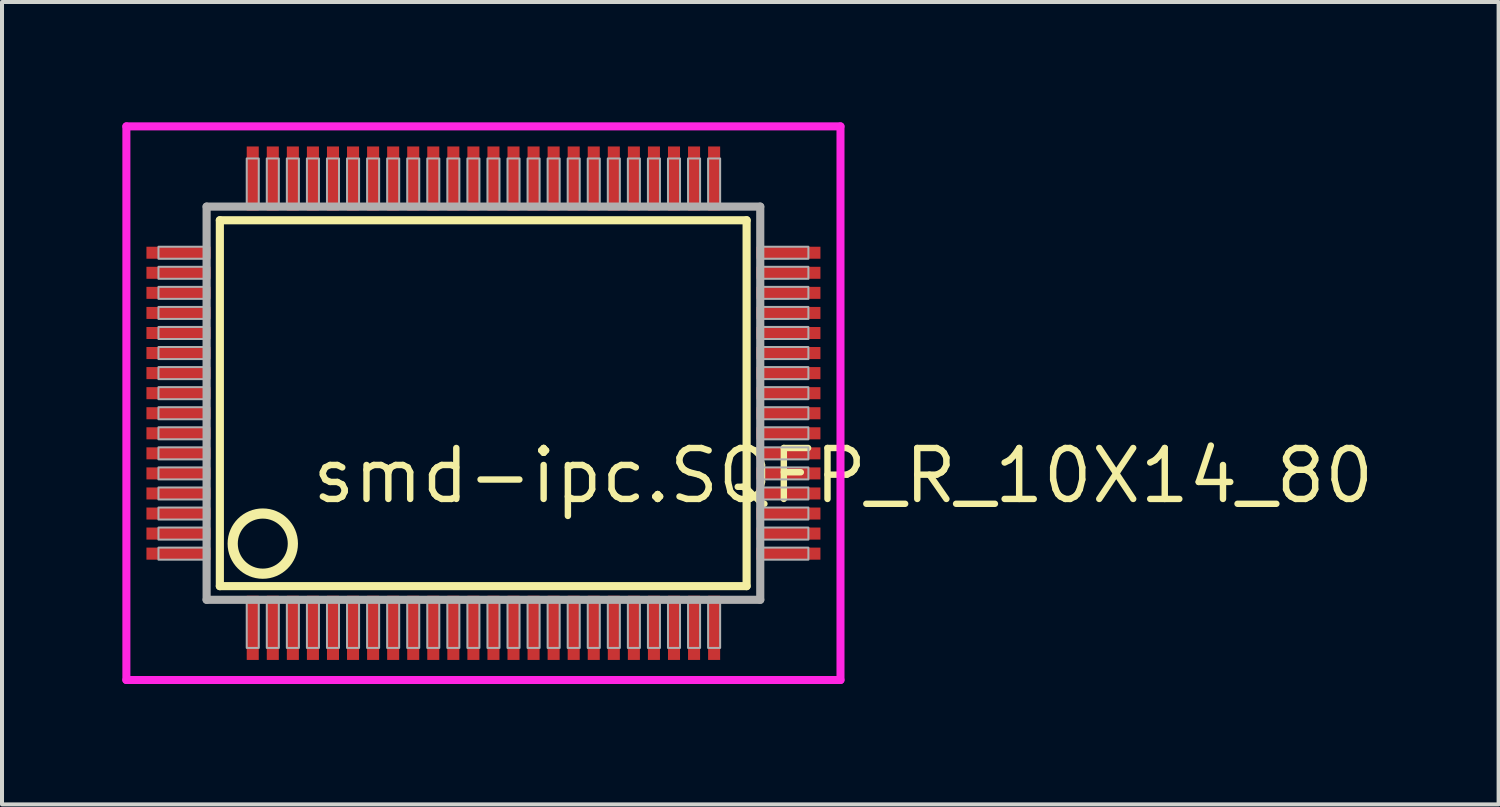
<source format=kicad_pcb>
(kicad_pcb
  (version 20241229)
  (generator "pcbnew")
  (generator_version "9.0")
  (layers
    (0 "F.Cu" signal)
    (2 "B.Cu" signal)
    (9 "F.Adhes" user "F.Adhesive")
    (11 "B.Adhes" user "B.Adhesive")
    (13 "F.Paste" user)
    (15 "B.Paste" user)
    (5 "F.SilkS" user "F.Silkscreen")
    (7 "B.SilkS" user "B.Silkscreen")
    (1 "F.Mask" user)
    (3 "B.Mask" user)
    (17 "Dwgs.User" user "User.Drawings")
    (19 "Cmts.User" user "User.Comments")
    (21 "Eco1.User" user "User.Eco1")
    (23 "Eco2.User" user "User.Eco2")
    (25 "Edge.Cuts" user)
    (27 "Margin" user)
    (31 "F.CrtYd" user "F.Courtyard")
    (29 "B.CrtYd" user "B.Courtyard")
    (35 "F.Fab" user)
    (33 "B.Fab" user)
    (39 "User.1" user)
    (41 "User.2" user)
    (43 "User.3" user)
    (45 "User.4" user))
  (footprint "smd-ipc.SQFP_R_10X14_80"
    (layer "F.Cu")
    (at 9 7)
    (property "Reference" "smd-ipc.SQFP_R_10X14_80" (at -4.35 2.55 0) (layer "F.SilkS") (effects (font (size 1.27 1.27) (thickness 0.16)) (justify left bottom)))
    (attr smd)
    (fp_line (start -6.57 -4.56) (end 6.56 -4.56) (stroke (width 0.203) (type default)) (layer "F.SilkS"))
    (fp_line (start -6.57 4.56) (end -6.57 -4.56) (stroke (width 0.203) (type default)) (layer "F.SilkS"))
    (fp_line (start 6.56 -4.56) (end 6.56 4.56) (stroke (width 0.203) (type default)) (layer "F.SilkS"))
    (fp_line (start 6.56 4.56) (end -6.57 4.56) (stroke (width 0.203) (type default)) (layer "F.SilkS"))
    (fp_circle (center -5.5 3.5) (end -4.75 3.5) (stroke (width 0.254) (type default)) (fill no) (layer "F.SilkS"))
    (fp_line (start -8.9 -6.9) (end 8.9 -6.9) (stroke (width 0.2) (type default)) (layer "F.CrtYd"))
    (fp_line (start -8.9 6.9) (end -8.9 -6.9) (stroke (width 0.2) (type default)) (layer "F.CrtYd"))
    (fp_line (start 8.9 -6.9) (end 8.9 6.9) (stroke (width 0.2) (type default)) (layer "F.CrtYd"))
    (fp_line (start 8.9 6.9) (end -8.9 6.9) (stroke (width 0.2) (type default)) (layer "F.CrtYd"))
    (fp_line (start -6.9 -4.9) (end -6.9 4.9) (stroke (width 0.203) (type default)) (layer "F.Fab"))
    (fp_line (start -6.9 4.9) (end 6.9 4.9) (stroke (width 0.203) (type default)) (layer "F.Fab"))
    (fp_line (start 6.9 -4.9) (end -6.9 -4.9) (stroke (width 0.203) (type default)) (layer "F.Fab"))
    (fp_line (start 6.9 4.9) (end 6.9 -4.9) (stroke (width 0.203) (type default)) (layer "F.Fab"))
    (fp_rect (start -8.1 -3.6) (end -6.95 -3.9) (stroke (width 0.05) (type default)) (fill no) (layer "F.Fab"))
    (fp_rect (start -8.1 -3.1) (end -6.95 -3.4) (stroke (width 0.05) (type default)) (fill no) (layer "F.Fab"))
    (fp_rect (start -8.1 -2.6) (end -6.95 -2.9) (stroke (width 0.05) (type default)) (fill no) (layer "F.Fab"))
    (fp_rect (start -8.1 -2.1) (end -6.95 -2.4) (stroke (width 0.05) (type default)) (fill no) (layer "F.Fab"))
    (fp_rect (start -8.1 -1.6) (end -6.95 -1.9) (stroke (width 0.05) (type default)) (fill no) (layer "F.Fab"))
    (fp_rect (start -8.1 -1.1) (end -6.95 -1.4) (stroke (width 0.05) (type default)) (fill no) (layer "F.Fab"))
    (fp_rect (start -8.1 -0.6) (end -6.95 -0.9) (stroke (width 0.05) (type default)) (fill no) (layer "F.Fab"))
    (fp_rect (start -8.1 -0.1) (end -6.95 -0.4) (stroke (width 0.05) (type default)) (fill no) (layer "F.Fab"))
    (fp_rect (start -8.1 0.4) (end -6.95 0.1) (stroke (width 0.05) (type default)) (fill no) (layer "F.Fab"))
    (fp_rect (start -8.1 0.9) (end -6.95 0.6) (stroke (width 0.05) (type default)) (fill no) (layer "F.Fab"))
    (fp_rect (start -8.1 1.4) (end -6.95 1.1) (stroke (width 0.05) (type default)) (fill no) (layer "F.Fab"))
    (fp_rect (start -8.1 1.9) (end -6.95 1.6) (stroke (width 0.05) (type default)) (fill no) (layer "F.Fab"))
    (fp_rect (start -8.1 2.4) (end -6.95 2.1) (stroke (width 0.05) (type default)) (fill no) (layer "F.Fab"))
    (fp_rect (start -8.1 2.9) (end -6.95 2.6) (stroke (width 0.05) (type default)) (fill no) (layer "F.Fab"))
    (fp_rect (start -8.1 3.4) (end -6.95 3.1) (stroke (width 0.05) (type default)) (fill no) (layer "F.Fab"))
    (fp_rect (start -8.1 3.9) (end -6.95 3.6) (stroke (width 0.05) (type default)) (fill no) (layer "F.Fab"))
    (fp_rect (start -5.9 -4.95) (end -5.6 -6.1) (stroke (width 0.05) (type default)) (fill no) (layer "F.Fab"))
    (fp_rect (start -5.9 6.1) (end -5.6 4.95) (stroke (width 0.05) (type default)) (fill no) (layer "F.Fab"))
    (fp_rect (start -5.4 -4.95) (end -5.1 -6.1) (stroke (width 0.05) (type default)) (fill no) (layer "F.Fab"))
    (fp_rect (start -5.4 6.1) (end -5.1 4.95) (stroke (width 0.05) (type default)) (fill no) (layer "F.Fab"))
    (fp_rect (start -4.9 -4.95) (end -4.6 -6.1) (stroke (width 0.05) (type default)) (fill no) (layer "F.Fab"))
    (fp_rect (start -4.9 6.1) (end -4.6 4.95) (stroke (width 0.05) (type default)) (fill no) (layer "F.Fab"))
    (fp_rect (start -4.4 -4.95) (end -4.1 -6.1) (stroke (width 0.05) (type default)) (fill no) (layer "F.Fab"))
    (fp_rect (start -4.4 6.1) (end -4.1 4.95) (stroke (width 0.05) (type default)) (fill no) (layer "F.Fab"))
    (fp_rect (start -3.9 -4.95) (end -3.6 -6.1) (stroke (width 0.05) (type default)) (fill no) (layer "F.Fab"))
    (fp_rect (start -3.9 6.1) (end -3.6 4.95) (stroke (width 0.05) (type default)) (fill no) (layer "F.Fab"))
    (fp_rect (start -3.4 -4.95) (end -3.1 -6.1) (stroke (width 0.05) (type default)) (fill no) (layer "F.Fab"))
    (fp_rect (start -3.4 6.1) (end -3.1 4.95) (stroke (width 0.05) (type default)) (fill no) (layer "F.Fab"))
    (fp_rect (start -2.9 -4.95) (end -2.6 -6.1) (stroke (width 0.05) (type default)) (fill no) (layer "F.Fab"))
    (fp_rect (start -2.9 6.1) (end -2.6 4.95) (stroke (width 0.05) (type default)) (fill no) (layer "F.Fab"))
    (fp_rect (start -2.4 -4.95) (end -2.1 -6.1) (stroke (width 0.05) (type default)) (fill no) (layer "F.Fab"))
    (fp_rect (start -2.4 6.1) (end -2.1 4.95) (stroke (width 0.05) (type default)) (fill no) (layer "F.Fab"))
    (fp_rect (start -1.9 -4.95) (end -1.6 -6.1) (stroke (width 0.05) (type default)) (fill no) (layer "F.Fab"))
    (fp_rect (start -1.9 6.1) (end -1.6 4.95) (stroke (width 0.05) (type default)) (fill no) (layer "F.Fab"))
    (fp_rect (start -1.4 -4.95) (end -1.1 -6.1) (stroke (width 0.05) (type default)) (fill no) (layer "F.Fab"))
    (fp_rect (start -1.4 6.1) (end -1.1 4.95) (stroke (width 0.05) (type default)) (fill no) (layer "F.Fab"))
    (fp_rect (start -0.9 -4.95) (end -0.6 -6.1) (stroke (width 0.05) (type default)) (fill no) (layer "F.Fab"))
    (fp_rect (start -0.9 6.1) (end -0.6 4.95) (stroke (width 0.05) (type default)) (fill no) (layer "F.Fab"))
    (fp_rect (start -0.4 -4.95) (end -0.1 -6.1) (stroke (width 0.05) (type default)) (fill no) (layer "F.Fab"))
    (fp_rect (start -0.4 6.1) (end -0.1 4.95) (stroke (width 0.05) (type default)) (fill no) (layer "F.Fab"))
    (fp_rect (start 0.1 -4.95) (end 0.4 -6.1) (stroke (width 0.05) (type default)) (fill no) (layer "F.Fab"))
    (fp_rect (start 0.1 6.1) (end 0.4 4.95) (stroke (width 0.05) (type default)) (fill no) (layer "F.Fab"))
    (fp_rect (start 0.6 -4.95) (end 0.9 -6.1) (stroke (width 0.05) (type default)) (fill no) (layer "F.Fab"))
    (fp_rect (start 0.6 6.1) (end 0.9 4.95) (stroke (width 0.05) (type default)) (fill no) (layer "F.Fab"))
    (fp_rect (start 1.1 -4.95) (end 1.4 -6.1) (stroke (width 0.05) (type default)) (fill no) (layer "F.Fab"))
    (fp_rect (start 1.1 6.1) (end 1.4 4.95) (stroke (width 0.05) (type default)) (fill no) (layer "F.Fab"))
    (fp_rect (start 1.6 -4.95) (end 1.9 -6.1) (stroke (width 0.05) (type default)) (fill no) (layer "F.Fab"))
    (fp_rect (start 1.6 6.1) (end 1.9 4.95) (stroke (width 0.05) (type default)) (fill no) (layer "F.Fab"))
    (fp_rect (start 2.1 -4.95) (end 2.4 -6.1) (stroke (width 0.05) (type default)) (fill no) (layer "F.Fab"))
    (fp_rect (start 2.1 6.1) (end 2.4 4.95) (stroke (width 0.05) (type default)) (fill no) (layer "F.Fab"))
    (fp_rect (start 2.6 -4.95) (end 2.9 -6.1) (stroke (width 0.05) (type default)) (fill no) (layer "F.Fab"))
    (fp_rect (start 2.6 6.1) (end 2.9 4.95) (stroke (width 0.05) (type default)) (fill no) (layer "F.Fab"))
    (fp_rect (start 3.1 -4.95) (end 3.4 -6.1) (stroke (width 0.05) (type default)) (fill no) (layer "F.Fab"))
    (fp_rect (start 3.1 6.1) (end 3.4 4.95) (stroke (width 0.05) (type default)) (fill no) (layer "F.Fab"))
    (fp_rect (start 3.6 -4.95) (end 3.9 -6.1) (stroke (width 0.05) (type default)) (fill no) (layer "F.Fab"))
    (fp_rect (start 3.6 6.1) (end 3.9 4.95) (stroke (width 0.05) (type default)) (fill no) (layer "F.Fab"))
    (fp_rect (start 4.1 -4.95) (end 4.4 -6.1) (stroke (width 0.05) (type default)) (fill no) (layer "F.Fab"))
    (fp_rect (start 4.1 6.1) (end 4.4 4.95) (stroke (width 0.05) (type default)) (fill no) (layer "F.Fab"))
    (fp_rect (start 4.6 -4.95) (end 4.9 -6.1) (stroke (width 0.05) (type default)) (fill no) (layer "F.Fab"))
    (fp_rect (start 4.6 6.1) (end 4.9 4.95) (stroke (width 0.05) (type default)) (fill no) (layer "F.Fab"))
    (fp_rect (start 5.1 -4.95) (end 5.4 -6.1) (stroke (width 0.05) (type default)) (fill no) (layer "F.Fab"))
    (fp_rect (start 5.1 6.1) (end 5.4 4.95) (stroke (width 0.05) (type default)) (fill no) (layer "F.Fab"))
    (fp_rect (start 5.6 -4.95) (end 5.9 -6.1) (stroke (width 0.05) (type default)) (fill no) (layer "F.Fab"))
    (fp_rect (start 5.6 6.1) (end 5.9 4.95) (stroke (width 0.05) (type default)) (fill no) (layer "F.Fab"))
    (fp_rect (start 6.95 -3.6) (end 8.1 -3.9) (stroke (width 0.05) (type default)) (fill no) (layer "F.Fab"))
    (fp_rect (start 6.95 -3.1) (end 8.1 -3.4) (stroke (width 0.05) (type default)) (fill no) (layer "F.Fab"))
    (fp_rect (start 6.95 -2.6) (end 8.1 -2.9) (stroke (width 0.05) (type default)) (fill no) (layer "F.Fab"))
    (fp_rect (start 6.95 -2.1) (end 8.1 -2.4) (stroke (width 0.05) (type default)) (fill no) (layer "F.Fab"))
    (fp_rect (start 6.95 -1.6) (end 8.1 -1.9) (stroke (width 0.05) (type default)) (fill no) (layer "F.Fab"))
    (fp_rect (start 6.95 -1.1) (end 8.1 -1.4) (stroke (width 0.05) (type default)) (fill no) (layer "F.Fab"))
    (fp_rect (start 6.95 -0.6) (end 8.1 -0.9) (stroke (width 0.05) (type default)) (fill no) (layer "F.Fab"))
    (fp_rect (start 6.95 -0.1) (end 8.1 -0.4) (stroke (width 0.05) (type default)) (fill no) (layer "F.Fab"))
    (fp_rect (start 6.95 0.4) (end 8.1 0.1) (stroke (width 0.05) (type default)) (fill no) (layer "F.Fab"))
    (fp_rect (start 6.95 0.9) (end 8.1 0.6) (stroke (width 0.05) (type default)) (fill no) (layer "F.Fab"))
    (fp_rect (start 6.95 1.4) (end 8.1 1.1) (stroke (width 0.05) (type default)) (fill no) (layer "F.Fab"))
    (fp_rect (start 6.95 1.9) (end 8.1 1.6) (stroke (width 0.05) (type default)) (fill no) (layer "F.Fab"))
    (fp_rect (start 6.95 2.4) (end 8.1 2.1) (stroke (width 0.05) (type default)) (fill no) (layer "F.Fab"))
    (fp_rect (start 6.95 2.9) (end 8.1 2.6) (stroke (width 0.05) (type default)) (fill no) (layer "F.Fab"))
    (fp_rect (start 6.95 3.4) (end 8.1 3.1) (stroke (width 0.05) (type default)) (fill no) (layer "F.Fab"))
    (fp_rect (start 6.95 3.9) (end 8.1 3.6) (stroke (width 0.05) (type default)) (fill no) (layer "F.Fab"))
    (pad "1" smd roundrect (at -5.75 5.6) (size 0.3 1.6) (layers "F.Cu" "F.Mask" "F.Paste") (roundrect_rratio 0.01))
    (pad "2" smd roundrect (at -5.25 5.6) (size 0.3 1.6) (layers "F.Cu" "F.Mask" "F.Paste") (roundrect_rratio 0.01))
    (pad "3" smd roundrect (at -4.75 5.6) (size 0.3 1.6) (layers "F.Cu" "F.Mask" "F.Paste") (roundrect_rratio 0.01))
    (pad "4" smd roundrect (at -4.25 5.6) (size 0.3 1.6) (layers "F.Cu" "F.Mask" "F.Paste") (roundrect_rratio 0.01))
    (pad "5" smd roundrect (at -3.75 5.6) (size 0.3 1.6) (layers "F.Cu" "F.Mask" "F.Paste") (roundrect_rratio 0.01))
    (pad "6" smd roundrect (at -3.25 5.6) (size 0.3 1.6) (layers "F.Cu" "F.Mask" "F.Paste") (roundrect_rratio 0.01))
    (pad "7" smd roundrect (at -2.75 5.6) (size 0.3 1.6) (layers "F.Cu" "F.Mask" "F.Paste") (roundrect_rratio 0.01))
    (pad "8" smd roundrect (at -2.25 5.6) (size 0.3 1.6) (layers "F.Cu" "F.Mask" "F.Paste") (roundrect_rratio 0.01))
    (pad "9" smd roundrect (at -1.75 5.6) (size 0.3 1.6) (layers "F.Cu" "F.Mask" "F.Paste") (roundrect_rratio 0.01))
    (pad "10" smd roundrect (at -1.25 5.6) (size 0.3 1.6) (layers "F.Cu" "F.Mask" "F.Paste") (roundrect_rratio 0.01))
    (pad "11" smd roundrect (at -0.75 5.6) (size 0.3 1.6) (layers "F.Cu" "F.Mask" "F.Paste") (roundrect_rratio 0.01))
    (pad "12" smd roundrect (at -0.25 5.6) (size 0.3 1.6) (layers "F.Cu" "F.Mask" "F.Paste") (roundrect_rratio 0.01))
    (pad "13" smd roundrect (at 0.25 5.6) (size 0.3 1.6) (layers "F.Cu" "F.Mask" "F.Paste") (roundrect_rratio 0.01))
    (pad "14" smd roundrect (at 0.75 5.6) (size 0.3 1.6) (layers "F.Cu" "F.Mask" "F.Paste") (roundrect_rratio 0.01))
    (pad "15" smd roundrect (at 1.25 5.6) (size 0.3 1.6) (layers "F.Cu" "F.Mask" "F.Paste") (roundrect_rratio 0.01))
    (pad "16" smd roundrect (at 1.75 5.6) (size 0.3 1.6) (layers "F.Cu" "F.Mask" "F.Paste") (roundrect_rratio 0.01))
    (pad "17" smd roundrect (at 2.25 5.6) (size 0.3 1.6) (layers "F.Cu" "F.Mask" "F.Paste") (roundrect_rratio 0.01))
    (pad "18" smd roundrect (at 2.75 5.6) (size 0.3 1.6) (layers "F.Cu" "F.Mask" "F.Paste") (roundrect_rratio 0.01))
    (pad "19" smd roundrect (at 3.25 5.6) (size 0.3 1.6) (layers "F.Cu" "F.Mask" "F.Paste") (roundrect_rratio 0.01))
    (pad "20" smd roundrect (at 3.75 5.6) (size 0.3 1.6) (layers "F.Cu" "F.Mask" "F.Paste") (roundrect_rratio 0.01))
    (pad "21" smd roundrect (at 4.25 5.6) (size 0.3 1.6) (layers "F.Cu" "F.Mask" "F.Paste") (roundrect_rratio 0.01))
    (pad "22" smd roundrect (at 4.75 5.6) (size 0.3 1.6) (layers "F.Cu" "F.Mask" "F.Paste") (roundrect_rratio 0.01))
    (pad "23" smd roundrect (at 5.25 5.6) (size 0.3 1.6) (layers "F.Cu" "F.Mask" "F.Paste") (roundrect_rratio 0.01))
    (pad "24" smd roundrect (at 5.75 5.6) (size 0.3 1.6) (layers "F.Cu" "F.Mask" "F.Paste") (roundrect_rratio 0.01))
    (pad "25" smd roundrect (at 7.6 3.75) (size 1.6 0.3) (layers "F.Cu" "F.Mask" "F.Paste") (roundrect_rratio 0.01))
    (pad "26" smd roundrect (at 7.6 3.25) (size 1.6 0.3) (layers "F.Cu" "F.Mask" "F.Paste") (roundrect_rratio 0.01))
    (pad "27" smd roundrect (at 7.6 2.75) (size 1.6 0.3) (layers "F.Cu" "F.Mask" "F.Paste") (roundrect_rratio 0.01))
    (pad "28" smd roundrect (at 7.6 2.25) (size 1.6 0.3) (layers "F.Cu" "F.Mask" "F.Paste") (roundrect_rratio 0.01))
    (pad "29" smd roundrect (at 7.6 1.75) (size 1.6 0.3) (layers "F.Cu" "F.Mask" "F.Paste") (roundrect_rratio 0.01))
    (pad "30" smd roundrect (at 7.6 1.25) (size 1.6 0.3) (layers "F.Cu" "F.Mask" "F.Paste") (roundrect_rratio 0.01))
    (pad "31" smd roundrect (at 7.6 0.75) (size 1.6 0.3) (layers "F.Cu" "F.Mask" "F.Paste") (roundrect_rratio 0.01))
    (pad "32" smd roundrect (at 7.6 0.25) (size 1.6 0.3) (layers "F.Cu" "F.Mask" "F.Paste") (roundrect_rratio 0.01))
    (pad "33" smd roundrect (at 7.6 -0.25) (size 1.6 0.3) (layers "F.Cu" "F.Mask" "F.Paste") (roundrect_rratio 0.01))
    (pad "34" smd roundrect (at 7.6 -0.75) (size 1.6 0.3) (layers "F.Cu" "F.Mask" "F.Paste") (roundrect_rratio 0.01))
    (pad "35" smd roundrect (at 7.6 -1.25) (size 1.6 0.3) (layers "F.Cu" "F.Mask" "F.Paste") (roundrect_rratio 0.01))
    (pad "36" smd roundrect (at 7.6 -1.75) (size 1.6 0.3) (layers "F.Cu" "F.Mask" "F.Paste") (roundrect_rratio 0.01))
    (pad "37" smd roundrect (at 7.6 -2.25) (size 1.6 0.3) (layers "F.Cu" "F.Mask" "F.Paste") (roundrect_rratio 0.01))
    (pad "38" smd roundrect (at 7.6 -2.75) (size 1.6 0.3) (layers "F.Cu" "F.Mask" "F.Paste") (roundrect_rratio 0.01))
    (pad "39" smd roundrect (at 7.6 -3.25) (size 1.6 0.3) (layers "F.Cu" "F.Mask" "F.Paste") (roundrect_rratio 0.01))
    (pad "40" smd roundrect (at 7.6 -3.75) (size 1.6 0.3) (layers "F.Cu" "F.Mask" "F.Paste") (roundrect_rratio 0.01))
    (pad "41" smd roundrect (at 5.75 -5.6) (size 0.3 1.6) (layers "F.Cu" "F.Mask" "F.Paste") (roundrect_rratio 0.01))
    (pad "42" smd roundrect (at 5.25 -5.6) (size 0.3 1.6) (layers "F.Cu" "F.Mask" "F.Paste") (roundrect_rratio 0.01))
    (pad "43" smd roundrect (at 4.75 -5.6) (size 0.3 1.6) (layers "F.Cu" "F.Mask" "F.Paste") (roundrect_rratio 0.01))
    (pad "44" smd roundrect (at 4.25 -5.6) (size 0.3 1.6) (layers "F.Cu" "F.Mask" "F.Paste") (roundrect_rratio 0.01))
    (pad "45" smd roundrect (at 3.75 -5.6) (size 0.3 1.6) (layers "F.Cu" "F.Mask" "F.Paste") (roundrect_rratio 0.01))
    (pad "46" smd roundrect (at 3.25 -5.6) (size 0.3 1.6) (layers "F.Cu" "F.Mask" "F.Paste") (roundrect_rratio 0.01))
    (pad "47" smd roundrect (at 2.75 -5.6) (size 0.3 1.6) (layers "F.Cu" "F.Mask" "F.Paste") (roundrect_rratio 0.01))
    (pad "48" smd roundrect (at 2.25 -5.6) (size 0.3 1.6) (layers "F.Cu" "F.Mask" "F.Paste") (roundrect_rratio 0.01))
    (pad "49" smd roundrect (at 1.75 -5.6) (size 0.3 1.6) (layers "F.Cu" "F.Mask" "F.Paste") (roundrect_rratio 0.01))
    (pad "50" smd roundrect (at 1.25 -5.6) (size 0.3 1.6) (layers "F.Cu" "F.Mask" "F.Paste") (roundrect_rratio 0.01))
    (pad "51" smd roundrect (at 0.75 -5.6) (size 0.3 1.6) (layers "F.Cu" "F.Mask" "F.Paste") (roundrect_rratio 0.01))
    (pad "52" smd roundrect (at 0.25 -5.6) (size 0.3 1.6) (layers "F.Cu" "F.Mask" "F.Paste") (roundrect_rratio 0.01))
    (pad "53" smd roundrect (at -0.25 -5.6) (size 0.3 1.6) (layers "F.Cu" "F.Mask" "F.Paste") (roundrect_rratio 0.01))
    (pad "54" smd roundrect (at -0.75 -5.6) (size 0.3 1.6) (layers "F.Cu" "F.Mask" "F.Paste") (roundrect_rratio 0.01))
    (pad "55" smd roundrect (at -1.25 -5.6) (size 0.3 1.6) (layers "F.Cu" "F.Mask" "F.Paste") (roundrect_rratio 0.01))
    (pad "56" smd roundrect (at -1.75 -5.6) (size 0.3 1.6) (layers "F.Cu" "F.Mask" "F.Paste") (roundrect_rratio 0.01))
    (pad "57" smd roundrect (at -2.25 -5.6) (size 0.3 1.6) (layers "F.Cu" "F.Mask" "F.Paste") (roundrect_rratio 0.01))
    (pad "58" smd roundrect (at -2.75 -5.6) (size 0.3 1.6) (layers "F.Cu" "F.Mask" "F.Paste") (roundrect_rratio 0.01))
    (pad "59" smd roundrect (at -3.25 -5.6) (size 0.3 1.6) (layers "F.Cu" "F.Mask" "F.Paste") (roundrect_rratio 0.01))
    (pad "60" smd roundrect (at -3.75 -5.6) (size 0.3 1.6) (layers "F.Cu" "F.Mask" "F.Paste") (roundrect_rratio 0.01))
    (pad "61" smd roundrect (at -4.25 -5.6) (size 0.3 1.6) (layers "F.Cu" "F.Mask" "F.Paste") (roundrect_rratio 0.01))
    (pad "62" smd roundrect (at -4.75 -5.6) (size 0.3 1.6) (layers "F.Cu" "F.Mask" "F.Paste") (roundrect_rratio 0.01))
    (pad "63" smd roundrect (at -5.25 -5.6) (size 0.3 1.6) (layers "F.Cu" "F.Mask" "F.Paste") (roundrect_rratio 0.01))
    (pad "64" smd roundrect (at -5.75 -5.6) (size 0.3 1.6) (layers "F.Cu" "F.Mask" "F.Paste") (roundrect_rratio 0.01))
    (pad "65" smd roundrect (at -7.6 -3.75) (size 1.6 0.3) (layers "F.Cu" "F.Mask" "F.Paste") (roundrect_rratio 0.01))
    (pad "66" smd roundrect (at -7.6 -3.25) (size 1.6 0.3) (layers "F.Cu" "F.Mask" "F.Paste") (roundrect_rratio 0.01))
    (pad "67" smd roundrect (at -7.6 -2.75) (size 1.6 0.3) (layers "F.Cu" "F.Mask" "F.Paste") (roundrect_rratio 0.01))
    (pad "68" smd roundrect (at -7.6 -2.25) (size 1.6 0.3) (layers "F.Cu" "F.Mask" "F.Paste") (roundrect_rratio 0.01))
    (pad "69" smd roundrect (at -7.6 -1.75) (size 1.6 0.3) (layers "F.Cu" "F.Mask" "F.Paste") (roundrect_rratio 0.01))
    (pad "70" smd roundrect (at -7.6 -1.25) (size 1.6 0.3) (layers "F.Cu" "F.Mask" "F.Paste") (roundrect_rratio 0.01))
    (pad "71" smd roundrect (at -7.6 -0.75) (size 1.6 0.3) (layers "F.Cu" "F.Mask" "F.Paste") (roundrect_rratio 0.01))
    (pad "72" smd roundrect (at -7.6 -0.25) (size 1.6 0.3) (layers "F.Cu" "F.Mask" "F.Paste") (roundrect_rratio 0.01))
    (pad "73" smd roundrect (at -7.6 0.25) (size 1.6 0.3) (layers "F.Cu" "F.Mask" "F.Paste") (roundrect_rratio 0.01))
    (pad "74" smd roundrect (at -7.6 0.75) (size 1.6 0.3) (layers "F.Cu" "F.Mask" "F.Paste") (roundrect_rratio 0.01))
    (pad "75" smd roundrect (at -7.6 1.25) (size 1.6 0.3) (layers "F.Cu" "F.Mask" "F.Paste") (roundrect_rratio 0.01))
    (pad "76" smd roundrect (at -7.6 1.75) (size 1.6 0.3) (layers "F.Cu" "F.Mask" "F.Paste") (roundrect_rratio 0.01))
    (pad "77" smd roundrect (at -7.6 2.25) (size 1.6 0.3) (layers "F.Cu" "F.Mask" "F.Paste") (roundrect_rratio 0.01))
    (pad "78" smd roundrect (at -7.6 2.75) (size 1.6 0.3) (layers "F.Cu" "F.Mask" "F.Paste") (roundrect_rratio 0.01))
    (pad "79" smd roundrect (at -7.6 3.25) (size 1.6 0.3) (layers "F.Cu" "F.Mask" "F.Paste") (roundrect_rratio 0.01))
    (pad "80" smd roundrect (at -7.6 3.75) (size 1.6 0.3) (layers "F.Cu" "F.Mask" "F.Paste") (roundrect_rratio 0.01)))
  (gr_rect
    (start -3 -3)
    (end 34.304 17)
    (stroke (width 0.1) (type default))
    (fill no)
    (layer "Edge.Cuts")))
</source>
